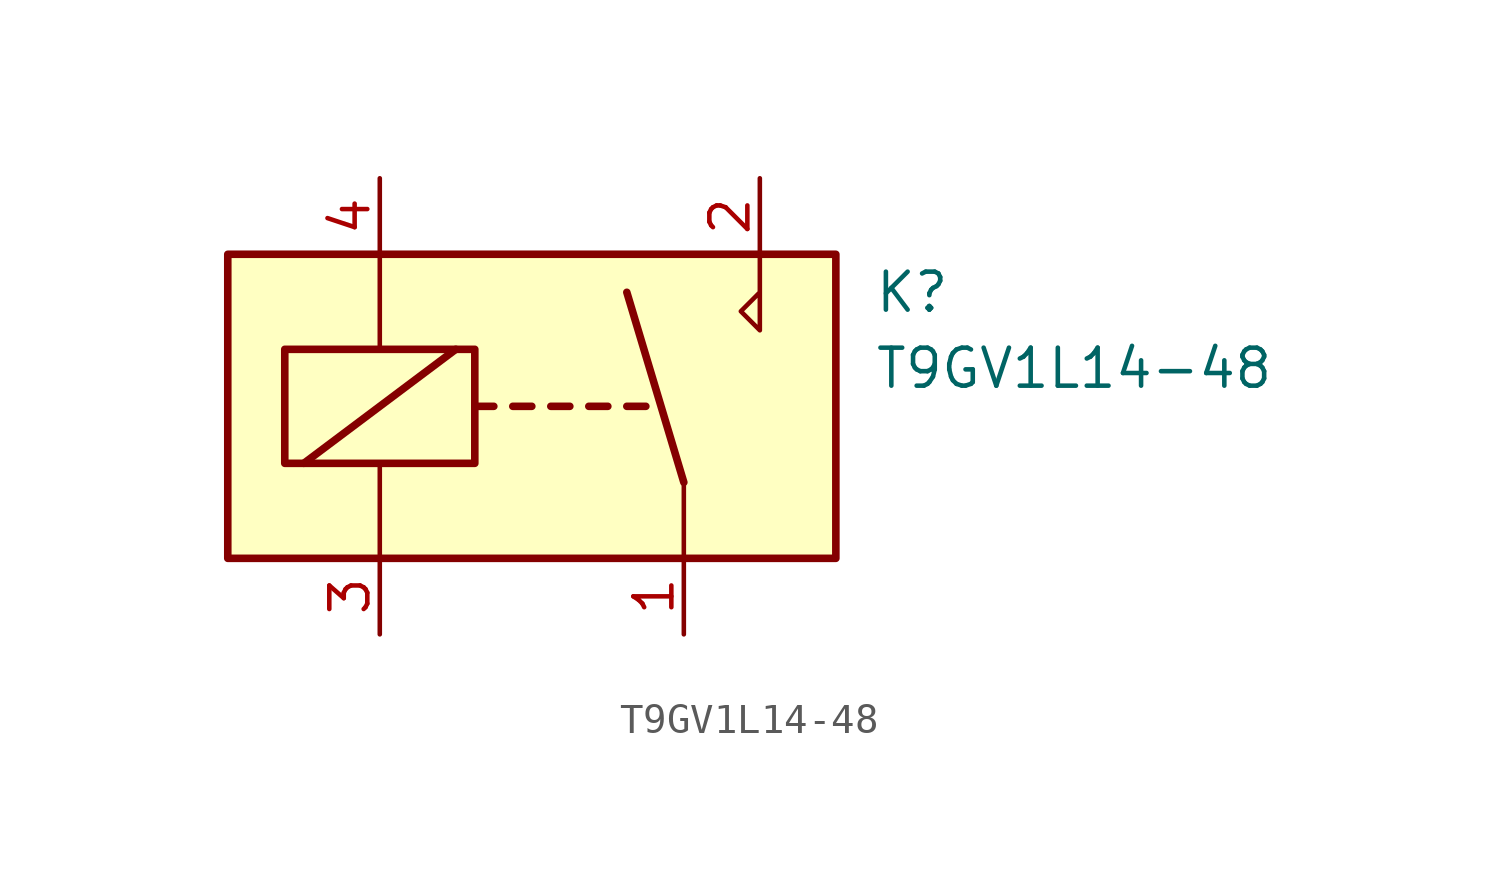
<source format=kicad_sym>
(kicad_symbol_lib
  (version 20231120)
  (generator "kicad_symbol_editor")
  (generator_version "8.0")
  (symbol "T9GV1L14-48"
    (property "Reference" "K"
      (at 11.43 3.81 0)
      (effects (font (size 1.27 1.27)) (justify left)))
    (property "Value" "T9GV1L14-48"
      (at 11.43 1.27 0)
      (effects (font (size 1.27 1.27)) (justify left)))
    (symbol "T9GV1L14-48_0_0"
      (polyline (pts (xy 7.62 5.08) (xy 7.62 2.54) (xy 6.985 3.175) (xy 7.62 3.81)) (stroke (width 0) (type default)) (fill (type none))))
    (symbol "T9GV1L14-48_0_1"
      (rectangle (start -10.16 5.08) (end 10.16 -5.08) (stroke (width 0.254) (type default)) (fill (type background)))
      (rectangle (start -8.255 1.905) (end -1.905 -1.905) (stroke (width 0.254) (type default)) (fill (type none)))
      (polyline (pts (xy -7.62 -1.905) (xy -2.54 1.905)) (stroke (width 0.254) (type default)) (fill (type none)))
      (polyline (pts (xy -5.08 -5.08) (xy -5.08 -1.905)) (stroke (width 0) (type default)) (fill (type none)))
      (polyline (pts (xy -5.08 5.08) (xy -5.08 1.905)) (stroke (width 0) (type default)) (fill (type none)))
      (polyline (pts (xy -1.905 0) (xy -1.27 0)) (stroke (width 0.254) (type default)) (fill (type none)))
      (polyline (pts (xy -0.635 0) (xy 0 0)) (stroke (width 0.254) (type default)) (fill (type none)))
      (polyline (pts (xy 0.635 0) (xy 1.27 0)) (stroke (width 0.254) (type default)) (fill (type none)))
      (polyline (pts (xy 1.905 0) (xy 2.54 0)) (stroke (width 0.254) (type default)) (fill (type none)))
      (polyline (pts (xy 3.175 0) (xy 3.81 0)) (stroke (width 0.254) (type default)) (fill (type none)))
      (polyline (pts (xy 5.08 -2.54) (xy 5.08 -5.08)) (stroke (width 0) (type default)) (fill (type none))))
    (symbol "T9GV1L14-48_1_1"
      (polyline (pts (xy 5.08 -2.54) (xy 3.175 3.81)) (stroke (width 0.254) (type default)) (fill (type none)))
      (pin passive line (at 5.08 -7.62 90) (length 2.54) (name "~" (effects (font (size 1.27 1.27)))) (number "1" (effects (font (size 1.27 1.27)))))
      (pin passive line (at 7.62 7.62 270) (length 2.54) (name "~" (effects (font (size 1.27 1.27)))) (number "2" (effects (font (size 1.27 1.27)))))
      (pin passive line (at -5.08 -7.62 90) (length 2.54) (name "~" (effects (font (size 1.27 1.27)))) (number "3" (effects (font (size 1.27 1.27)))))
      (pin passive line (at -5.08 7.62 270) (length 2.54) (name "~" (effects (font (size 1.27 1.27)))) (number "4" (effects (font (size 1.27 1.27))))))))
</source>
